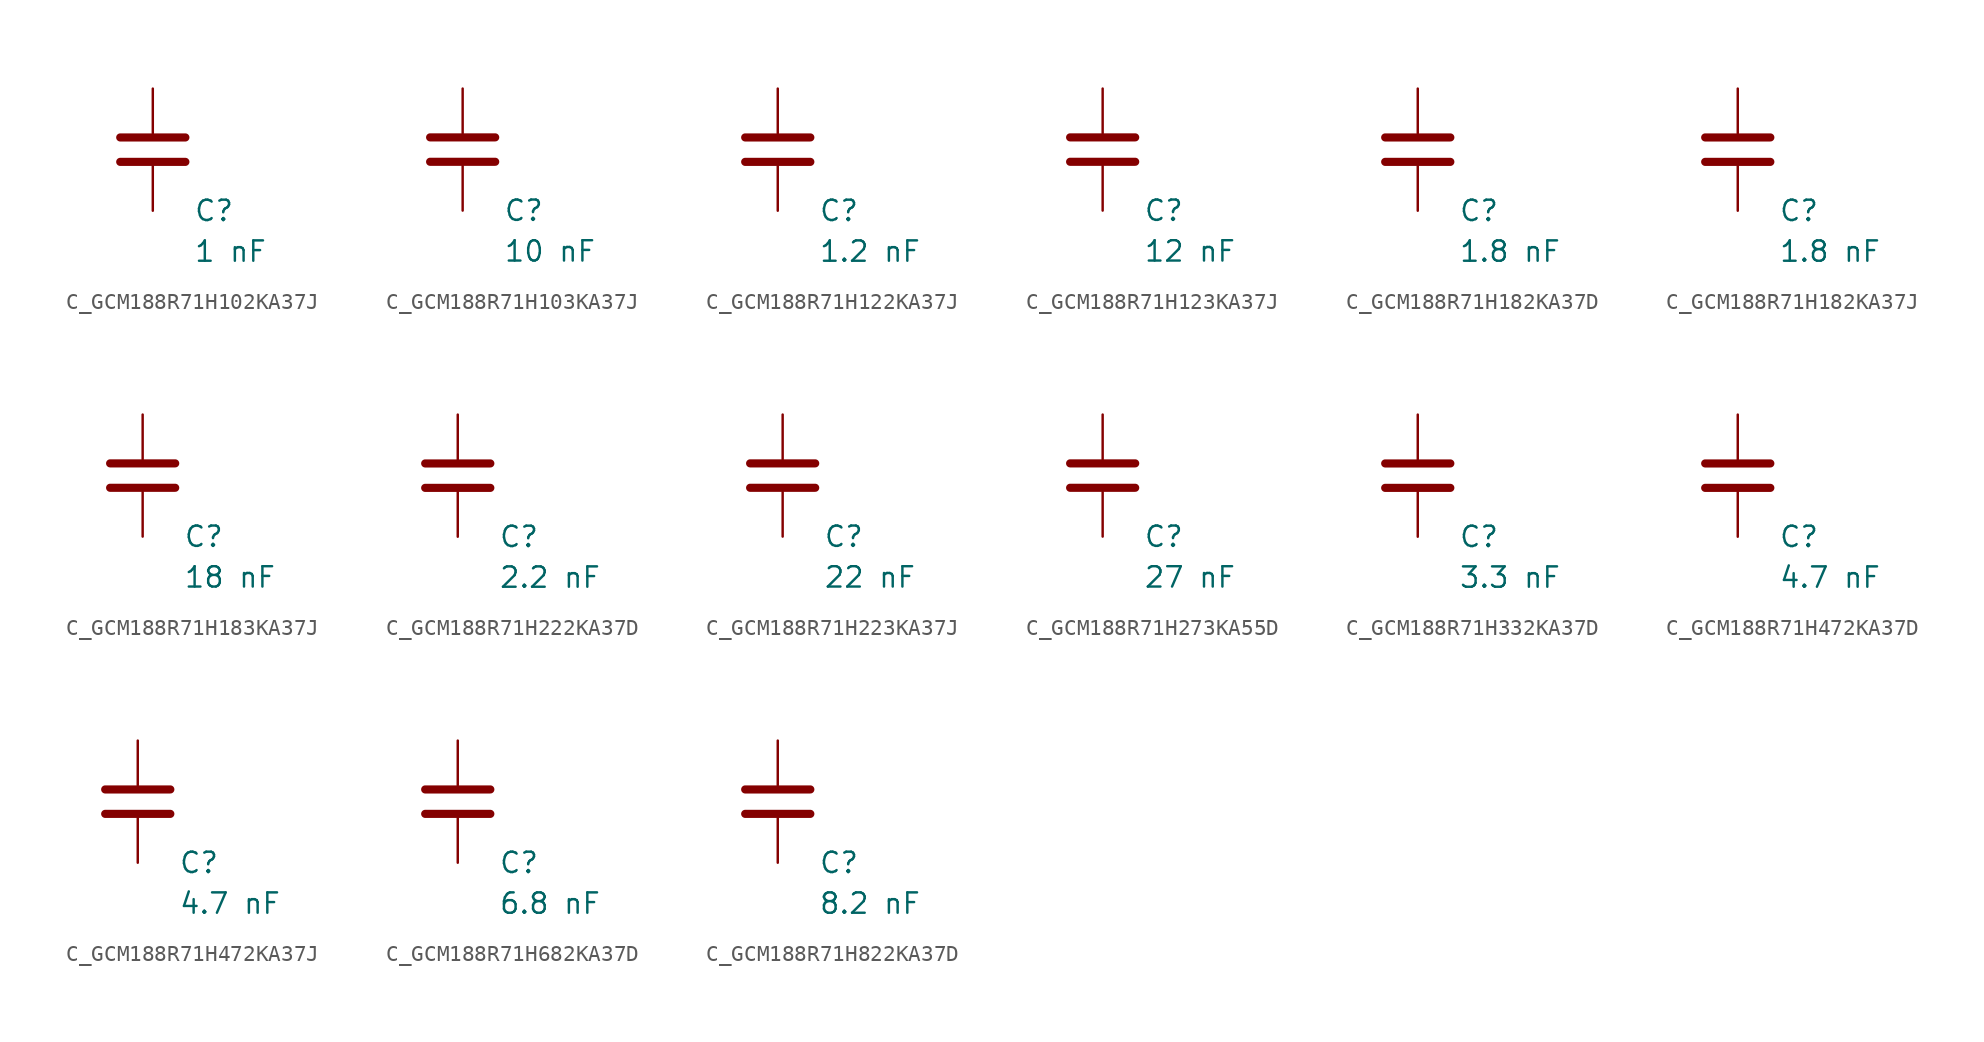
<source format=kicad_sym>
(kicad_symbol_lib
  (version 20231120)
  (generator "kicad_symbol_editor")
  (generator_version "8.0")
  (symbol "C_GCM188R71H102KA37J"
    (pin_numbers hide)
    (pin_names
      (offset 0.254))
    (property "Reference" "C"
      (at 2.54 -3.81 0)
      (effects (font (size 1.27 1.27)) (justify left))
      (show_name no))
    (property "Value" "1 nF"
      (at 2.54 -6.35 0)
      (effects (font (size 1.27 1.27)) (justify left))
      (show_name no))
    (symbol "C_GCM188R71H102KA37J_0_1"
      (polyline (pts (xy -2.032 -0.762) (xy 2.032 -0.762)) (stroke (width 0.508) (type default)) (fill (type none)))
      (polyline (pts (xy -2.032 0.762) (xy 2.032 0.762)) (stroke (width 0.508) (type default)) (fill (type none))))
    (symbol "C_GCM188R71H102KA37J_1_1"
      (pin passive line (at 0 3.81 270) (length 2.794) (name "~" (effects (font (size 1.27 1.27)))) (number "1" (effects (font (size 1.27 1.27)))))
      (pin passive line (at 0 -3.81 90) (length 2.794) (name "~" (effects (font (size 1.27 1.27)))) (number "2" (effects (font (size 1.27 1.27)))))))
  (symbol "C_GCM188R71H103KA37J"
    (pin_numbers hide)
    (pin_names
      (offset 0.254))
    (property "Reference" "C"
      (at 2.54 -3.81 0)
      (effects (font (size 1.27 1.27)) (justify left))
      (show_name no))
    (property "Value" "10 nF"
      (at 2.54 -6.35 0)
      (effects (font (size 1.27 1.27)) (justify left))
      (show_name no))
    (symbol "C_GCM188R71H103KA37J_0_1"
      (polyline (pts (xy -2.032 -0.762) (xy 2.032 -0.762)) (stroke (width 0.508) (type default)) (fill (type none)))
      (polyline (pts (xy -2.032 0.762) (xy 2.032 0.762)) (stroke (width 0.508) (type default)) (fill (type none))))
    (symbol "C_GCM188R71H103KA37J_1_1"
      (pin passive line (at 0 3.81 270) (length 2.794) (name "~" (effects (font (size 1.27 1.27)))) (number "1" (effects (font (size 1.27 1.27)))))
      (pin passive line (at 0 -3.81 90) (length 2.794) (name "~" (effects (font (size 1.27 1.27)))) (number "2" (effects (font (size 1.27 1.27)))))))
  (symbol "C_GCM188R71H122KA37J"
    (pin_numbers hide)
    (pin_names
      (offset 0.254))
    (property "Reference" "C"
      (at 2.54 -3.81 0)
      (effects (font (size 1.27 1.27)) (justify left))
      (show_name no))
    (property "Value" "1.2 nF"
      (at 2.54 -6.35 0)
      (effects (font (size 1.27 1.27)) (justify left))
      (show_name no))
    (symbol "C_GCM188R71H122KA37J_0_1"
      (polyline (pts (xy -2.032 -0.762) (xy 2.032 -0.762)) (stroke (width 0.508) (type default)) (fill (type none)))
      (polyline (pts (xy -2.032 0.762) (xy 2.032 0.762)) (stroke (width 0.508) (type default)) (fill (type none))))
    (symbol "C_GCM188R71H122KA37J_1_1"
      (pin passive line (at 0 3.81 270) (length 2.794) (name "~" (effects (font (size 1.27 1.27)))) (number "1" (effects (font (size 1.27 1.27)))))
      (pin passive line (at 0 -3.81 90) (length 2.794) (name "~" (effects (font (size 1.27 1.27)))) (number "2" (effects (font (size 1.27 1.27)))))))
  (symbol "C_GCM188R71H123KA37J"
    (pin_numbers hide)
    (pin_names
      (offset 0.254))
    (property "Reference" "C"
      (at 2.54 -3.81 0)
      (effects (font (size 1.27 1.27)) (justify left))
      (show_name no))
    (property "Value" "12 nF"
      (at 2.54 -6.35 0)
      (effects (font (size 1.27 1.27)) (justify left))
      (show_name no))
    (symbol "C_GCM188R71H123KA37J_0_1"
      (polyline (pts (xy -2.032 -0.762) (xy 2.032 -0.762)) (stroke (width 0.508) (type default)) (fill (type none)))
      (polyline (pts (xy -2.032 0.762) (xy 2.032 0.762)) (stroke (width 0.508) (type default)) (fill (type none))))
    (symbol "C_GCM188R71H123KA37J_1_1"
      (pin passive line (at 0 3.81 270) (length 2.794) (name "~" (effects (font (size 1.27 1.27)))) (number "1" (effects (font (size 1.27 1.27)))))
      (pin passive line (at 0 -3.81 90) (length 2.794) (name "~" (effects (font (size 1.27 1.27)))) (number "2" (effects (font (size 1.27 1.27)))))))
  (symbol "C_GCM188R71H182KA37D"
    (pin_numbers hide)
    (pin_names
      (offset 0.254))
    (property "Reference" "C"
      (at 2.54 -3.81 0)
      (effects (font (size 1.27 1.27)) (justify left))
      (show_name no))
    (property "Value" "1.8 nF"
      (at 2.54 -6.35 0)
      (effects (font (size 1.27 1.27)) (justify left))
      (show_name no))
    (symbol "C_GCM188R71H182KA37D_0_1"
      (polyline (pts (xy -2.032 -0.762) (xy 2.032 -0.762)) (stroke (width 0.508) (type default)) (fill (type none)))
      (polyline (pts (xy -2.032 0.762) (xy 2.032 0.762)) (stroke (width 0.508) (type default)) (fill (type none))))
    (symbol "C_GCM188R71H182KA37D_1_1"
      (pin passive line (at 0 3.81 270) (length 2.794) (name "~" (effects (font (size 1.27 1.27)))) (number "1" (effects (font (size 1.27 1.27)))))
      (pin passive line (at 0 -3.81 90) (length 2.794) (name "~" (effects (font (size 1.27 1.27)))) (number "2" (effects (font (size 1.27 1.27)))))))
  (symbol "C_GCM188R71H182KA37J"
    (pin_numbers hide)
    (pin_names
      (offset 0.254))
    (property "Reference" "C"
      (at 2.54 -3.81 0)
      (effects (font (size 1.27 1.27)) (justify left))
      (show_name no))
    (property "Value" "1.8 nF"
      (at 2.54 -6.35 0)
      (effects (font (size 1.27 1.27)) (justify left))
      (show_name no))
    (symbol "C_GCM188R71H182KA37J_0_1"
      (polyline (pts (xy -2.032 -0.762) (xy 2.032 -0.762)) (stroke (width 0.508) (type default)) (fill (type none)))
      (polyline (pts (xy -2.032 0.762) (xy 2.032 0.762)) (stroke (width 0.508) (type default)) (fill (type none))))
    (symbol "C_GCM188R71H182KA37J_1_1"
      (pin passive line (at 0 3.81 270) (length 2.794) (name "~" (effects (font (size 1.27 1.27)))) (number "1" (effects (font (size 1.27 1.27)))))
      (pin passive line (at 0 -3.81 90) (length 2.794) (name "~" (effects (font (size 1.27 1.27)))) (number "2" (effects (font (size 1.27 1.27)))))))
  (symbol "C_GCM188R71H183KA37J"
    (pin_numbers hide)
    (pin_names
      (offset 0.254))
    (property "Reference" "C"
      (at 2.54 -3.81 0)
      (effects (font (size 1.27 1.27)) (justify left))
      (show_name no))
    (property "Value" "18 nF"
      (at 2.54 -6.35 0)
      (effects (font (size 1.27 1.27)) (justify left))
      (show_name no))
    (symbol "C_GCM188R71H183KA37J_0_1"
      (polyline (pts (xy -2.032 -0.762) (xy 2.032 -0.762)) (stroke (width 0.508) (type default)) (fill (type none)))
      (polyline (pts (xy -2.032 0.762) (xy 2.032 0.762)) (stroke (width 0.508) (type default)) (fill (type none))))
    (symbol "C_GCM188R71H183KA37J_1_1"
      (pin passive line (at 0 3.81 270) (length 2.794) (name "~" (effects (font (size 1.27 1.27)))) (number "1" (effects (font (size 1.27 1.27)))))
      (pin passive line (at 0 -3.81 90) (length 2.794) (name "~" (effects (font (size 1.27 1.27)))) (number "2" (effects (font (size 1.27 1.27)))))))
  (symbol "C_GCM188R71H222KA37D"
    (pin_numbers hide)
    (pin_names
      (offset 0.254))
    (property "Reference" "C"
      (at 2.54 -3.81 0)
      (effects (font (size 1.27 1.27)) (justify left))
      (show_name no))
    (property "Value" "2.2 nF"
      (at 2.54 -6.35 0)
      (effects (font (size 1.27 1.27)) (justify left))
      (show_name no))
    (symbol "C_GCM188R71H222KA37D_0_1"
      (polyline (pts (xy -2.032 -0.762) (xy 2.032 -0.762)) (stroke (width 0.508) (type default)) (fill (type none)))
      (polyline (pts (xy -2.032 0.762) (xy 2.032 0.762)) (stroke (width 0.508) (type default)) (fill (type none))))
    (symbol "C_GCM188R71H222KA37D_1_1"
      (pin passive line (at 0 3.81 270) (length 2.794) (name "~" (effects (font (size 1.27 1.27)))) (number "1" (effects (font (size 1.27 1.27)))))
      (pin passive line (at 0 -3.81 90) (length 2.794) (name "~" (effects (font (size 1.27 1.27)))) (number "2" (effects (font (size 1.27 1.27)))))))
  (symbol "C_GCM188R71H223KA37J"
    (pin_numbers hide)
    (pin_names
      (offset 0.254))
    (property "Reference" "C"
      (at 2.54 -3.81 0)
      (effects (font (size 1.27 1.27)) (justify left))
      (show_name no))
    (property "Value" "22 nF"
      (at 2.54 -6.35 0)
      (effects (font (size 1.27 1.27)) (justify left))
      (show_name no))
    (symbol "C_GCM188R71H223KA37J_0_1"
      (polyline (pts (xy -2.032 -0.762) (xy 2.032 -0.762)) (stroke (width 0.508) (type default)) (fill (type none)))
      (polyline (pts (xy -2.032 0.762) (xy 2.032 0.762)) (stroke (width 0.508) (type default)) (fill (type none))))
    (symbol "C_GCM188R71H223KA37J_1_1"
      (pin passive line (at 0 3.81 270) (length 2.794) (name "~" (effects (font (size 1.27 1.27)))) (number "1" (effects (font (size 1.27 1.27)))))
      (pin passive line (at 0 -3.81 90) (length 2.794) (name "~" (effects (font (size 1.27 1.27)))) (number "2" (effects (font (size 1.27 1.27)))))))
  (symbol "C_GCM188R71H273KA55D"
    (pin_numbers hide)
    (pin_names
      (offset 0.254))
    (property "Reference" "C"
      (at 2.54 -3.81 0)
      (effects (font (size 1.27 1.27)) (justify left))
      (show_name no))
    (property "Value" "27 nF"
      (at 2.54 -6.35 0)
      (effects (font (size 1.27 1.27)) (justify left))
      (show_name no))
    (symbol "C_GCM188R71H273KA55D_0_1"
      (polyline (pts (xy -2.032 -0.762) (xy 2.032 -0.762)) (stroke (width 0.508) (type default)) (fill (type none)))
      (polyline (pts (xy -2.032 0.762) (xy 2.032 0.762)) (stroke (width 0.508) (type default)) (fill (type none))))
    (symbol "C_GCM188R71H273KA55D_1_1"
      (pin passive line (at 0 3.81 270) (length 2.794) (name "~" (effects (font (size 1.27 1.27)))) (number "1" (effects (font (size 1.27 1.27)))))
      (pin passive line (at 0 -3.81 90) (length 2.794) (name "~" (effects (font (size 1.27 1.27)))) (number "2" (effects (font (size 1.27 1.27)))))))
  (symbol "C_GCM188R71H332KA37D"
    (pin_numbers hide)
    (pin_names
      (offset 0.254))
    (property "Reference" "C"
      (at 2.54 -3.81 0)
      (effects (font (size 1.27 1.27)) (justify left))
      (show_name no))
    (property "Value" "3.3 nF"
      (at 2.54 -6.35 0)
      (effects (font (size 1.27 1.27)) (justify left))
      (show_name no))
    (symbol "C_GCM188R71H332KA37D_0_1"
      (polyline (pts (xy -2.032 -0.762) (xy 2.032 -0.762)) (stroke (width 0.508) (type default)) (fill (type none)))
      (polyline (pts (xy -2.032 0.762) (xy 2.032 0.762)) (stroke (width 0.508) (type default)) (fill (type none))))
    (symbol "C_GCM188R71H332KA37D_1_1"
      (pin passive line (at 0 3.81 270) (length 2.794) (name "~" (effects (font (size 1.27 1.27)))) (number "1" (effects (font (size 1.27 1.27)))))
      (pin passive line (at 0 -3.81 90) (length 2.794) (name "~" (effects (font (size 1.27 1.27)))) (number "2" (effects (font (size 1.27 1.27)))))))
  (symbol "C_GCM188R71H472KA37D"
    (pin_numbers hide)
    (pin_names
      (offset 0.254))
    (property "Reference" "C"
      (at 2.54 -3.81 0)
      (effects (font (size 1.27 1.27)) (justify left))
      (show_name no))
    (property "Value" "4.7 nF"
      (at 2.54 -6.35 0)
      (effects (font (size 1.27 1.27)) (justify left))
      (show_name no))
    (symbol "C_GCM188R71H472KA37D_0_1"
      (polyline (pts (xy -2.032 -0.762) (xy 2.032 -0.762)) (stroke (width 0.508) (type default)) (fill (type none)))
      (polyline (pts (xy -2.032 0.762) (xy 2.032 0.762)) (stroke (width 0.508) (type default)) (fill (type none))))
    (symbol "C_GCM188R71H472KA37D_1_1"
      (pin passive line (at 0 3.81 270) (length 2.794) (name "~" (effects (font (size 1.27 1.27)))) (number "1" (effects (font (size 1.27 1.27)))))
      (pin passive line (at 0 -3.81 90) (length 2.794) (name "~" (effects (font (size 1.27 1.27)))) (number "2" (effects (font (size 1.27 1.27)))))))
  (symbol "C_GCM188R71H472KA37J"
    (pin_numbers hide)
    (pin_names
      (offset 0.254))
    (property "Reference" "C"
      (at 2.54 -3.81 0)
      (effects (font (size 1.27 1.27)) (justify left))
      (show_name no))
    (property "Value" "4.7 nF"
      (at 2.54 -6.35 0)
      (effects (font (size 1.27 1.27)) (justify left))
      (show_name no))
    (symbol "C_GCM188R71H472KA37J_0_1"
      (polyline (pts (xy -2.032 -0.762) (xy 2.032 -0.762)) (stroke (width 0.508) (type default)) (fill (type none)))
      (polyline (pts (xy -2.032 0.762) (xy 2.032 0.762)) (stroke (width 0.508) (type default)) (fill (type none))))
    (symbol "C_GCM188R71H472KA37J_1_1"
      (pin passive line (at 0 3.81 270) (length 2.794) (name "~" (effects (font (size 1.27 1.27)))) (number "1" (effects (font (size 1.27 1.27)))))
      (pin passive line (at 0 -3.81 90) (length 2.794) (name "~" (effects (font (size 1.27 1.27)))) (number "2" (effects (font (size 1.27 1.27)))))))
  (symbol "C_GCM188R71H682KA37D"
    (pin_numbers hide)
    (pin_names
      (offset 0.254))
    (property "Reference" "C"
      (at 2.54 -3.81 0)
      (effects (font (size 1.27 1.27)) (justify left))
      (show_name no))
    (property "Value" "6.8 nF"
      (at 2.54 -6.35 0)
      (effects (font (size 1.27 1.27)) (justify left))
      (show_name no))
    (symbol "C_GCM188R71H682KA37D_0_1"
      (polyline (pts (xy -2.032 -0.762) (xy 2.032 -0.762)) (stroke (width 0.508) (type default)) (fill (type none)))
      (polyline (pts (xy -2.032 0.762) (xy 2.032 0.762)) (stroke (width 0.508) (type default)) (fill (type none))))
    (symbol "C_GCM188R71H682KA37D_1_1"
      (pin passive line (at 0 3.81 270) (length 2.794) (name "~" (effects (font (size 1.27 1.27)))) (number "1" (effects (font (size 1.27 1.27)))))
      (pin passive line (at 0 -3.81 90) (length 2.794) (name "~" (effects (font (size 1.27 1.27)))) (number "2" (effects (font (size 1.27 1.27)))))))
  (symbol "C_GCM188R71H822KA37D"
    (pin_numbers hide)
    (pin_names
      (offset 0.254))
    (property "Reference" "C"
      (at 2.54 -3.81 0)
      (effects (font (size 1.27 1.27)) (justify left))
      (show_name no))
    (property "Value" "8.2 nF"
      (at 2.54 -6.35 0)
      (effects (font (size 1.27 1.27)) (justify left))
      (show_name no))
    (symbol "C_GCM188R71H822KA37D_0_1"
      (polyline (pts (xy -2.032 -0.762) (xy 2.032 -0.762)) (stroke (width 0.508) (type default)) (fill (type none)))
      (polyline (pts (xy -2.032 0.762) (xy 2.032 0.762)) (stroke (width 0.508) (type default)) (fill (type none))))
    (symbol "C_GCM188R71H822KA37D_1_1"
      (pin passive line (at 0 3.81 270) (length 2.794) (name "~" (effects (font (size 1.27 1.27)))) (number "1" (effects (font (size 1.27 1.27)))))
      (pin passive line (at 0 -3.81 90) (length 2.794) (name "~" (effects (font (size 1.27 1.27)))) (number "2" (effects (font (size 1.27 1.27))))))))
</source>
